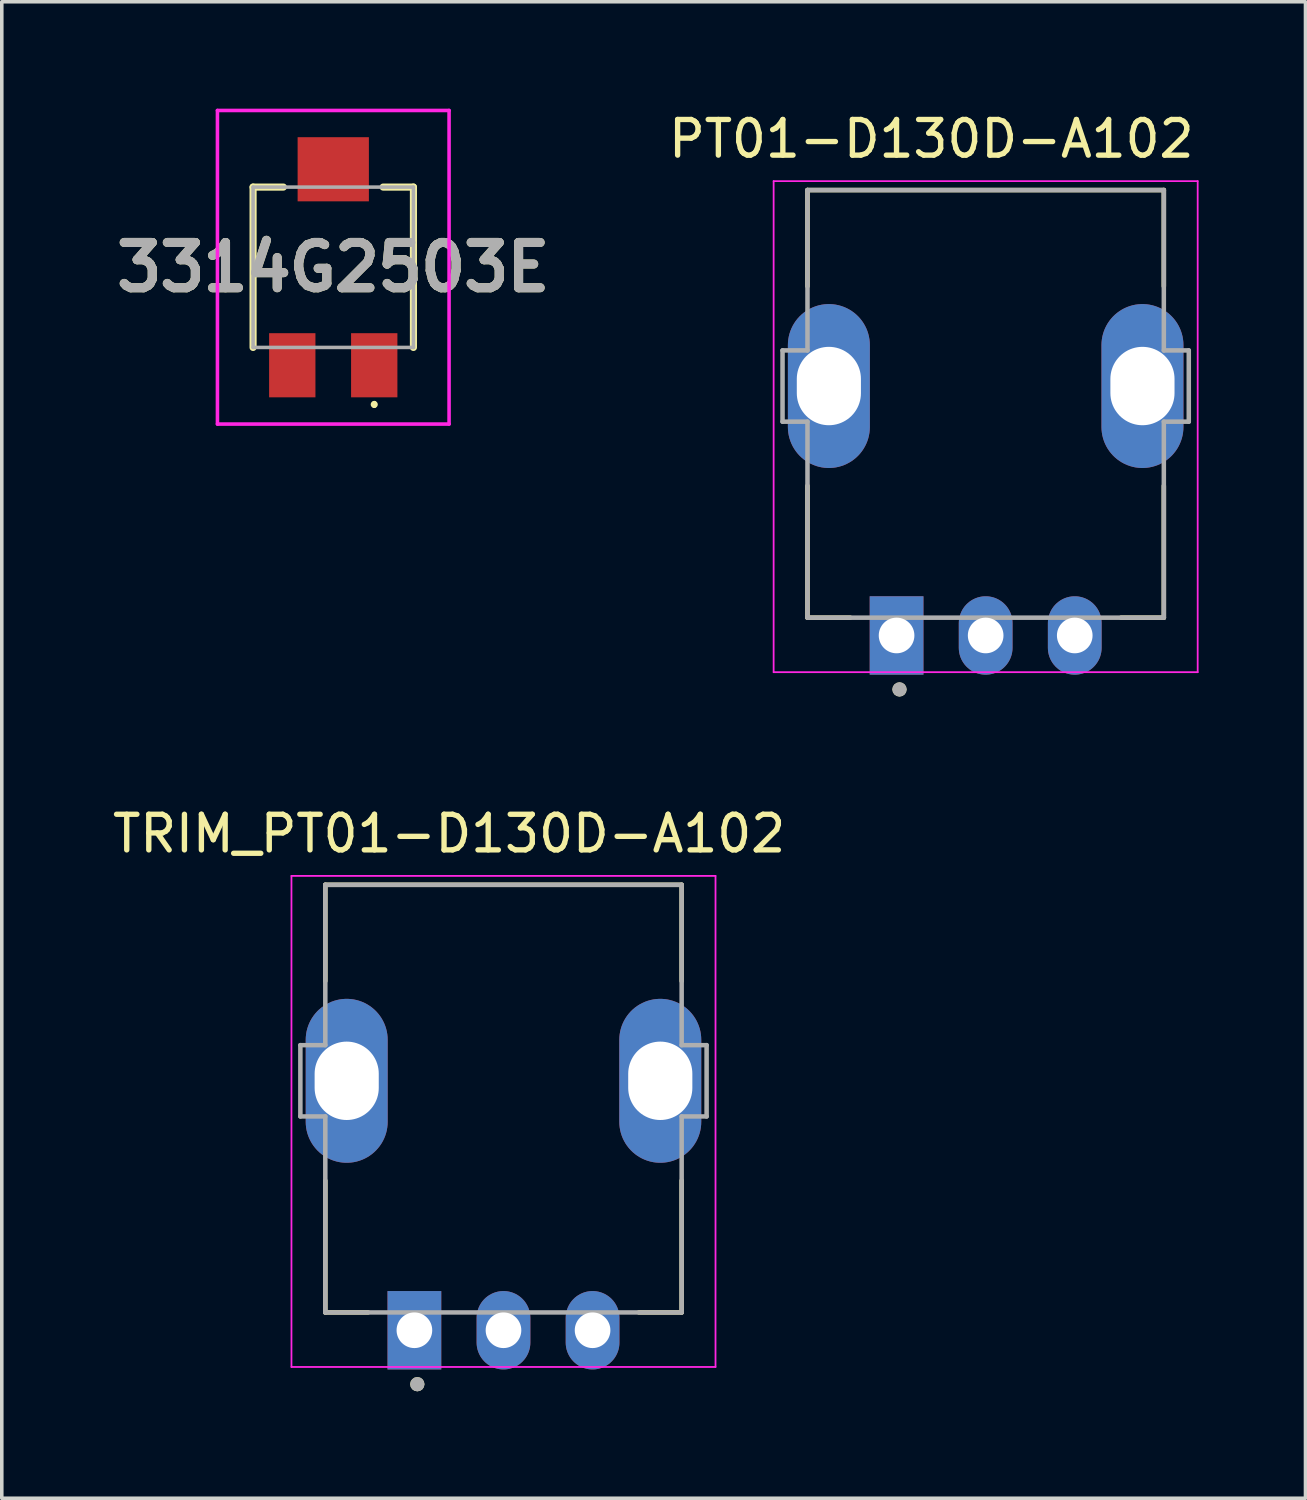
<source format=kicad_pcb>
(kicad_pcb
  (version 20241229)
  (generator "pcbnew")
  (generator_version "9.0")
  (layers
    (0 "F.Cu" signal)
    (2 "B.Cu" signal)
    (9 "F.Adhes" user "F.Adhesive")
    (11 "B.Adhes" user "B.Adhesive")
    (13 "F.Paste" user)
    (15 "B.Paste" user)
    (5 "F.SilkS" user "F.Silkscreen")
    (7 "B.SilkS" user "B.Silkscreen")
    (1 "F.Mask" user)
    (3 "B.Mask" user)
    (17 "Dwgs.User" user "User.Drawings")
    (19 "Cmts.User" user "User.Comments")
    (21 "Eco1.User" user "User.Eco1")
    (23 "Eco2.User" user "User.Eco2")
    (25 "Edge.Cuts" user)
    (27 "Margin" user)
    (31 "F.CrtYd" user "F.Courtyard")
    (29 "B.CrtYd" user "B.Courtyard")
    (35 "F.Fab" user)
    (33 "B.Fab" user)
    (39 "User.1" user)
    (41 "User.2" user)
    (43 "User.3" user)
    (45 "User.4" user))
  (footprint "PT01-D130D-A102"
    (layer "F.Cu")
    (at 24.61 7.783)
    (property "Reference" "PT01-D130D-A102" (at -1.525 -6.935 0) (layer "F.SilkS") (effects (font (size 1 1) (thickness 0.15))))
    (attr through_hole)
    (fp_line (start -5 -5.5) (end 5 -5.5) (stroke (width 0.127) (type solid)) (layer "F.SilkS"))
    (fp_line (start -5 -2.8) (end -5 -5.5) (stroke (width 0.127) (type solid)) (layer "F.SilkS"))
    (fp_line (start -5 2.8) (end -5 6.5) (stroke (width 0.127) (type solid)) (layer "F.SilkS"))
    (fp_line (start -5 6.5) (end -3.8 6.5) (stroke (width 0.127) (type solid)) (layer "F.SilkS"))
    (fp_line (start 5 -5.5) (end 5 -2.8) (stroke (width 0.127) (type solid)) (layer "F.SilkS"))
    (fp_line (start 5 2.8) (end 5 6.5) (stroke (width 0.127) (type solid)) (layer "F.SilkS"))
    (fp_line (start 5 6.5) (end 3.8 6.5) (stroke (width 0.127) (type solid)) (layer "F.SilkS"))
    (fp_circle (center -2.418 8.514) (end -2.318 8.514) (stroke (width 0.2) (type solid)) (fill no) (layer "F.SilkS"))
    (fp_line (start -5.95 -5.75) (end 5.95 -5.75) (stroke (width 0.05) (type solid)) (layer "F.CrtYd"))
    (fp_line (start -5.95 8.03) (end -5.95 -5.75) (stroke (width 0.05) (type solid)) (layer "F.CrtYd"))
    (fp_line (start 5.95 -5.75) (end 5.95 8.03) (stroke (width 0.05) (type solid)) (layer "F.CrtYd"))
    (fp_line (start 5.95 8.03) (end -5.95 8.03) (stroke (width 0.05) (type solid)) (layer "F.CrtYd"))
    (fp_line (start -5.7 -1) (end -5 -1) (stroke (width 0.127) (type solid)) (layer "F.Fab"))
    (fp_line (start -5.7 1) (end -5.7 -1) (stroke (width 0.127) (type solid)) (layer "F.Fab"))
    (fp_line (start -5 -5.5) (end 5 -5.5) (stroke (width 0.127) (type solid)) (layer "F.Fab"))
    (fp_line (start -5 -1) (end -5 -5.5) (stroke (width 0.127) (type solid)) (layer "F.Fab"))
    (fp_line (start -5 1) (end -5.7 1) (stroke (width 0.127) (type solid)) (layer "F.Fab"))
    (fp_line (start -5 6.5) (end -5 1) (stroke (width 0.127) (type solid)) (layer "F.Fab"))
    (fp_line (start -5 6.5) (end 5 6.5) (stroke (width 0.127) (type solid)) (layer "F.Fab"))
    (fp_line (start 5 -5.5) (end 5 -1) (stroke (width 0.127) (type solid)) (layer "F.Fab"))
    (fp_line (start 5 -1) (end 5.7 -1) (stroke (width 0.127) (type solid)) (layer "F.Fab"))
    (fp_line (start 5 1) (end 5 6.5) (stroke (width 0.127) (type solid)) (layer "F.Fab"))
    (fp_line (start 5.7 -1) (end 5.7 1) (stroke (width 0.127) (type solid)) (layer "F.Fab"))
    (fp_line (start 5.7 1) (end 5 1) (stroke (width 0.127) (type solid)) (layer "F.Fab"))
    (fp_circle (center -2.418 8.514) (end -2.318 8.514) (stroke (width 0.2) (type solid)) (fill no) (layer "F.Fab"))
    (pad "1" thru_hole rect (at -2.5 7) (size 1.508 2.2) (drill 1) (layers "*.Cu" "*.Mask"))
    (pad "2" thru_hole oval (at 0 7) (size 1.508 2.2) (drill 1) (layers "*.Cu" "*.Mask"))
    (pad "3" thru_hole oval (at 2.5 7) (size 1.508 2.2) (drill 1) (layers "*.Cu" "*.Mask"))
    (pad "S1" thru_hole oval (at -4.4 0) (size 2.3 4.6) (drill oval 1.8 2.2) (layers "*.Cu" "*.Mask"))
    (pad "S2" thru_hole oval (at 4.4 0) (size 2.3 4.6) (drill oval 1.8 2.2) (layers "*.Cu" "*.Mask")))
  (footprint "3314G2503E"
    (layer "F.Cu")
    (at 6.302 4.45)
    (property "Reference" "3314G2503E" (at 0 0 0) (layer "F.SilkS") (effects (font (size 1.27 1.27) (thickness 0.254))))
    (attr smd)
    (fp_line (start -2.25 -2.25) (end -2.25 2.25) (stroke (width 0.2) (type solid)) (layer "F.SilkS"))
    (fp_line (start -1.4 -2.25) (end -2.25 -2.25) (stroke (width 0.2) (type solid)) (layer "F.SilkS"))
    (fp_line (start 1.15 3.8) (end 1.15 3.8) (stroke (width 0.1) (type solid)) (layer "F.SilkS"))
    (fp_line (start 1.15 3.9) (end 1.15 3.9) (stroke (width 0.1) (type solid)) (layer "F.SilkS"))
    (fp_line (start 2.25 -2.25) (end 1.4 -2.25) (stroke (width 0.2) (type solid)) (layer "F.SilkS"))
    (fp_line (start 2.25 2.25) (end 2.25 -2.25) (stroke (width 0.2) (type solid)) (layer "F.SilkS"))
    (fp_arc (start 1.15 3.8) (mid 1.2 3.85) (end 1.15 3.9) (stroke (width 0.1) (type solid)) (layer "F.SilkS"))
    (fp_arc (start 1.15 3.9) (mid 1.1 3.85) (end 1.15 3.8) (stroke (width 0.1) (type solid)) (layer "F.SilkS"))
    (fp_line (start -3.25 -4.4) (end 3.25 -4.4) (stroke (width 0.1) (type solid)) (layer "F.CrtYd"))
    (fp_line (start -3.25 4.4) (end -3.25 -4.4) (stroke (width 0.1) (type solid)) (layer "F.CrtYd"))
    (fp_line (start 3.25 -4.4) (end 3.25 4.4) (stroke (width 0.1) (type solid)) (layer "F.CrtYd"))
    (fp_line (start 3.25 4.4) (end -3.25 4.4) (stroke (width 0.1) (type solid)) (layer "F.CrtYd"))
    (fp_line (start -2.25 -2.25) (end -2.25 2.25) (stroke (width 0.1) (type solid)) (layer "F.Fab"))
    (fp_line (start -2.25 2.25) (end 2.25 2.25) (stroke (width 0.1) (type solid)) (layer "F.Fab"))
    (fp_line (start 2.25 -2.25) (end -2.25 -2.25) (stroke (width 0.1) (type solid)) (layer "F.Fab"))
    (fp_line (start 2.25 2.25) (end 2.25 -2.25) (stroke (width 0.1) (type solid)) (layer "F.Fab"))
    (fp_text user "${REFERENCE}" (at 0 0 0) (layer "F.Fab") (effects (font (size 1.27 1.27) (thickness 0.254))))
    (pad "1" smd rect (at 1.15 2.75 90) (size 1.8 1.3) (layers "F.Cu" "F.Mask" "F.Paste"))
    (pad "2" smd rect (at 0 -2.75 90) (size 1.8 2) (layers "F.Cu" "F.Mask" "F.Paste"))
    (pad "3" smd rect (at -1.15 2.75 90) (size 1.8 1.3) (layers "F.Cu" "F.Mask" "F.Paste")))
  (footprint "TRIM_PT01-D130D-A102"
    (layer "F.Cu")
    (at 11.079 27.28)
    (property "Reference" "TRIM_PT01-D130D-A102" (at -1.525 -6.935 0) (layer "F.SilkS") (effects (font (size 1 1) (thickness 0.15))))
    (attr through_hole)
    (fp_line (start -5 -5.5) (end 5 -5.5) (stroke (width 0.127) (type solid)) (layer "F.SilkS"))
    (fp_line (start -5 -2.8) (end -5 -5.5) (stroke (width 0.127) (type solid)) (layer "F.SilkS"))
    (fp_line (start -5 2.8) (end -5 6.5) (stroke (width 0.127) (type solid)) (layer "F.SilkS"))
    (fp_line (start -5 6.5) (end -3.8 6.5) (stroke (width 0.127) (type solid)) (layer "F.SilkS"))
    (fp_line (start 5 -5.5) (end 5 -2.8) (stroke (width 0.127) (type solid)) (layer "F.SilkS"))
    (fp_line (start 5 2.8) (end 5 6.5) (stroke (width 0.127) (type solid)) (layer "F.SilkS"))
    (fp_line (start 5 6.5) (end 3.8 6.5) (stroke (width 0.127) (type solid)) (layer "F.SilkS"))
    (fp_circle (center -2.418 8.514) (end -2.318 8.514) (stroke (width 0.2) (type solid)) (fill no) (layer "F.SilkS"))
    (fp_line (start -5.95 -5.75) (end 5.95 -5.75) (stroke (width 0.05) (type solid)) (layer "F.CrtYd"))
    (fp_line (start -5.95 8.03) (end -5.95 -5.75) (stroke (width 0.05) (type solid)) (layer "F.CrtYd"))
    (fp_line (start 5.95 -5.75) (end 5.95 8.03) (stroke (width 0.05) (type solid)) (layer "F.CrtYd"))
    (fp_line (start 5.95 8.03) (end -5.95 8.03) (stroke (width 0.05) (type solid)) (layer "F.CrtYd"))
    (fp_line (start -5.7 -1) (end -5 -1) (stroke (width 0.127) (type solid)) (layer "F.Fab"))
    (fp_line (start -5.7 1) (end -5.7 -1) (stroke (width 0.127) (type solid)) (layer "F.Fab"))
    (fp_line (start -5 -5.5) (end 5 -5.5) (stroke (width 0.127) (type solid)) (layer "F.Fab"))
    (fp_line (start -5 -1) (end -5 -5.5) (stroke (width 0.127) (type solid)) (layer "F.Fab"))
    (fp_line (start -5 1) (end -5.7 1) (stroke (width 0.127) (type solid)) (layer "F.Fab"))
    (fp_line (start -5 6.5) (end -5 1) (stroke (width 0.127) (type solid)) (layer "F.Fab"))
    (fp_line (start -5 6.5) (end 5 6.5) (stroke (width 0.127) (type solid)) (layer "F.Fab"))
    (fp_line (start 5 -5.5) (end 5 -1) (stroke (width 0.127) (type solid)) (layer "F.Fab"))
    (fp_line (start 5 -1) (end 5.7 -1) (stroke (width 0.127) (type solid)) (layer "F.Fab"))
    (fp_line (start 5 1) (end 5 6.5) (stroke (width 0.127) (type solid)) (layer "F.Fab"))
    (fp_line (start 5.7 -1) (end 5.7 1) (stroke (width 0.127) (type solid)) (layer "F.Fab"))
    (fp_line (start 5.7 1) (end 5 1) (stroke (width 0.127) (type solid)) (layer "F.Fab"))
    (fp_circle (center -2.418 8.514) (end -2.318 8.514) (stroke (width 0.2) (type solid)) (fill no) (layer "F.Fab"))
    (pad "1" thru_hole rect (at -2.5 7) (size 1.508 2.2) (drill 1) (layers "*.Cu" "*.Mask"))
    (pad "2" thru_hole oval (at 0 7) (size 1.508 2.2) (drill 1) (layers "*.Cu" "*.Mask"))
    (pad "3" thru_hole oval (at 2.5 7) (size 1.508 2.2) (drill 1) (layers "*.Cu" "*.Mask"))
    (pad "S1" thru_hole oval (at -4.4 0) (size 2.3 4.6) (drill oval 1.8 2.2) (layers "*.Cu" "*.Mask"))
    (pad "S2" thru_hole oval (at 4.4 0) (size 2.3 4.6) (drill oval 1.8 2.2) (layers "*.Cu" "*.Mask")))
  (gr_rect
    (start -3 -3)
    (end 33.585 38.995)
    (stroke (width 0.1) (type default))
    (fill no)
    (layer "Edge.Cuts")))
</source>
